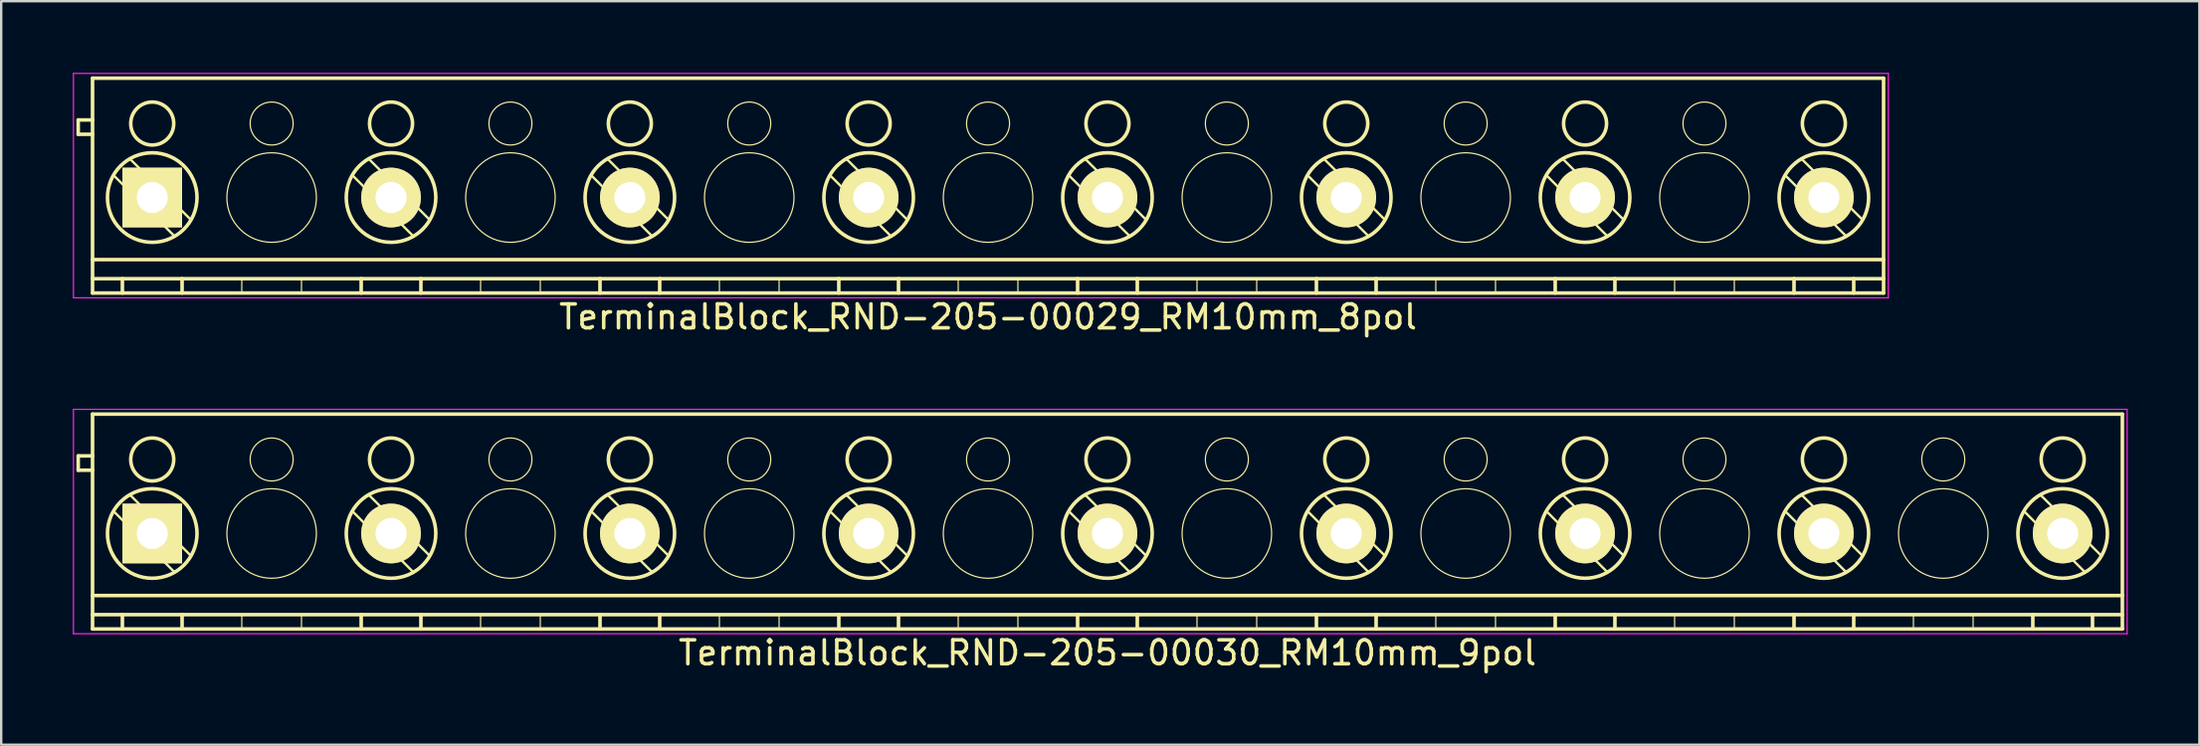
<source format=kicad_pcb>
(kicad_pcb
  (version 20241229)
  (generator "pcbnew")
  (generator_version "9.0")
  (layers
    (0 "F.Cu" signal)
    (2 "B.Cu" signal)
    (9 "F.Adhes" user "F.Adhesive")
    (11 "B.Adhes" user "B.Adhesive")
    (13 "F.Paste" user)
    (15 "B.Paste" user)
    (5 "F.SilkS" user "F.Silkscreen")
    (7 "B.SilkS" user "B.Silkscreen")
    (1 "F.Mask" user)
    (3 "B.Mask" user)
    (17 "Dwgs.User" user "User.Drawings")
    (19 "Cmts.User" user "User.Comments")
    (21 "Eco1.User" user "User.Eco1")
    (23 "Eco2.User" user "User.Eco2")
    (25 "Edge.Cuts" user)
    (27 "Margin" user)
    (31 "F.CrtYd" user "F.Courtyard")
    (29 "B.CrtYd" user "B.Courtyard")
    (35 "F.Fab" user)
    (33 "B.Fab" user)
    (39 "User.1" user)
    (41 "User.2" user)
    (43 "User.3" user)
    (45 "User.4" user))
  (footprint "TerminalBlock_RND-205-00029_RM10mm_8pol"
    (layer "F.Cu")
    (at 3.325 5.225)
    (property "Reference" "TerminalBlock_RND-205-00029_RM10mm_8pol" (at 35 5 0) (layer "F.SilkS") (effects (font (size 1 1) (thickness 0.15))))
    (attr through_hole)
    (fp_line (start -3.1 -3.25) (end -3.1 -2.65) (stroke (width 0.15) (type solid)) (layer "F.SilkS"))
    (fp_line (start -3.1 -2.65) (end -2.5 -2.65) (stroke (width 0.15) (type solid)) (layer "F.SilkS"))
    (fp_line (start -2.5 -5) (end 72.5 -5) (stroke (width 0.15) (type solid)) (layer "F.SilkS"))
    (fp_line (start -2.5 -3.25) (end -3.1 -3.25) (stroke (width 0.15) (type solid)) (layer "F.SilkS"))
    (fp_line (start -2.5 2.6) (end 72.5 2.6) (stroke (width 0.15) (type solid)) (layer "F.SilkS"))
    (fp_line (start -2.5 3.4) (end 72.5 3.4) (stroke (width 0.15) (type solid)) (layer "F.SilkS"))
    (fp_line (start -2.5 4) (end -2.5 -5) (stroke (width 0.15) (type solid)) (layer "F.SilkS"))
    (fp_line (start -1.25 3.4) (end -1.25 4) (stroke (width 0.15) (type solid)) (layer "F.SilkS"))
    (fp_line (start 0.937 1.624) (end -1.624 -0.938) (stroke (width 0.1) (type solid)) (layer "F.SilkS"))
    (fp_line (start 1.25 3.4) (end 1.25 4) (stroke (width 0.15) (type solid)) (layer "F.SilkS"))
    (fp_line (start 1.624 0.938) (end -0.937 -1.624) (stroke (width 0.1) (type solid)) (layer "F.SilkS"))
    (fp_line (start 3.75 3.4) (end 3.75 4) (stroke (width 0.05) (type solid)) (layer "F.SilkS"))
    (fp_line (start 6.25 3.4) (end 6.25 4) (stroke (width 0.05) (type solid)) (layer "F.SilkS"))
    (fp_line (start 8.75 3.4) (end 8.75 4) (stroke (width 0.15) (type solid)) (layer "F.SilkS"))
    (fp_line (start 10.938 1.624) (end 8.376 -0.938) (stroke (width 0.1) (type solid)) (layer "F.SilkS"))
    (fp_line (start 11.25 3.4) (end 11.25 4) (stroke (width 0.15) (type solid)) (layer "F.SilkS"))
    (fp_line (start 11.624 0.938) (end 9.063 -1.624) (stroke (width 0.1) (type solid)) (layer "F.SilkS"))
    (fp_line (start 13.75 3.4) (end 13.75 4) (stroke (width 0.05) (type solid)) (layer "F.SilkS"))
    (fp_line (start 16.25 3.4) (end 16.25 4) (stroke (width 0.05) (type solid)) (layer "F.SilkS"))
    (fp_line (start 18.75 3.4) (end 18.75 4) (stroke (width 0.15) (type solid)) (layer "F.SilkS"))
    (fp_line (start 20.938 1.624) (end 18.376 -0.938) (stroke (width 0.1) (type solid)) (layer "F.SilkS"))
    (fp_line (start 21.25 3.4) (end 21.25 4) (stroke (width 0.15) (type solid)) (layer "F.SilkS"))
    (fp_line (start 21.624 0.938) (end 19.063 -1.624) (stroke (width 0.1) (type solid)) (layer "F.SilkS"))
    (fp_line (start 23.75 3.4) (end 23.75 4) (stroke (width 0.05) (type solid)) (layer "F.SilkS"))
    (fp_line (start 26.25 3.4) (end 26.25 4) (stroke (width 0.05) (type solid)) (layer "F.SilkS"))
    (fp_line (start 28.75 3.4) (end 28.75 4) (stroke (width 0.15) (type solid)) (layer "F.SilkS"))
    (fp_line (start 30.938 1.624) (end 28.376 -0.938) (stroke (width 0.1) (type solid)) (layer "F.SilkS"))
    (fp_line (start 31.25 3.4) (end 31.25 4) (stroke (width 0.15) (type solid)) (layer "F.SilkS"))
    (fp_line (start 31.624 0.938) (end 29.063 -1.624) (stroke (width 0.1) (type solid)) (layer "F.SilkS"))
    (fp_line (start 33.75 3.4) (end 33.75 4) (stroke (width 0.05) (type solid)) (layer "F.SilkS"))
    (fp_line (start 36.25 3.4) (end 36.25 4) (stroke (width 0.05) (type solid)) (layer "F.SilkS"))
    (fp_line (start 38.75 3.4) (end 38.75 4) (stroke (width 0.15) (type solid)) (layer "F.SilkS"))
    (fp_line (start 40.938 1.624) (end 38.376 -0.938) (stroke (width 0.1) (type solid)) (layer "F.SilkS"))
    (fp_line (start 41.25 3.4) (end 41.25 4) (stroke (width 0.15) (type solid)) (layer "F.SilkS"))
    (fp_line (start 41.624 0.938) (end 39.063 -1.624) (stroke (width 0.1) (type solid)) (layer "F.SilkS"))
    (fp_line (start 43.75 3.4) (end 43.75 4) (stroke (width 0.05) (type solid)) (layer "F.SilkS"))
    (fp_line (start 46.25 3.4) (end 46.25 4) (stroke (width 0.05) (type solid)) (layer "F.SilkS"))
    (fp_line (start 48.75 3.4) (end 48.75 4) (stroke (width 0.15) (type solid)) (layer "F.SilkS"))
    (fp_line (start 50.938 1.624) (end 48.376 -0.938) (stroke (width 0.1) (type solid)) (layer "F.SilkS"))
    (fp_line (start 51.25 3.4) (end 51.25 4) (stroke (width 0.15) (type solid)) (layer "F.SilkS"))
    (fp_line (start 51.624 0.938) (end 49.063 -1.624) (stroke (width 0.1) (type solid)) (layer "F.SilkS"))
    (fp_line (start 53.75 3.4) (end 53.75 4) (stroke (width 0.05) (type solid)) (layer "F.SilkS"))
    (fp_line (start 56.25 3.4) (end 56.25 4) (stroke (width 0.05) (type solid)) (layer "F.SilkS"))
    (fp_line (start 58.75 3.4) (end 58.75 4) (stroke (width 0.15) (type solid)) (layer "F.SilkS"))
    (fp_line (start 60.938 1.624) (end 58.376 -0.938) (stroke (width 0.1) (type solid)) (layer "F.SilkS"))
    (fp_line (start 61.25 3.4) (end 61.25 4) (stroke (width 0.15) (type solid)) (layer "F.SilkS"))
    (fp_line (start 61.624 0.938) (end 59.063 -1.624) (stroke (width 0.1) (type solid)) (layer "F.SilkS"))
    (fp_line (start 63.75 3.4) (end 63.75 4) (stroke (width 0.05) (type solid)) (layer "F.SilkS"))
    (fp_line (start 66.25 3.4) (end 66.25 4) (stroke (width 0.05) (type solid)) (layer "F.SilkS"))
    (fp_line (start 68.75 3.4) (end 68.75 4) (stroke (width 0.15) (type solid)) (layer "F.SilkS"))
    (fp_line (start 70.938 1.624) (end 68.376 -0.938) (stroke (width 0.1) (type solid)) (layer "F.SilkS"))
    (fp_line (start 71.25 3.4) (end 71.25 4) (stroke (width 0.15) (type solid)) (layer "F.SilkS"))
    (fp_line (start 71.624 0.938) (end 69.063 -1.624) (stroke (width 0.1) (type solid)) (layer "F.SilkS"))
    (fp_line (start 72.5 -5) (end 72.5 4) (stroke (width 0.15) (type solid)) (layer "F.SilkS"))
    (fp_line (start 72.5 4) (end -2.5 4) (stroke (width 0.15) (type solid)) (layer "F.SilkS"))
    (fp_circle (center 0 -3.1) (end -0.9 -3.1) (stroke (width 0.15) (type solid)) (fill no) (layer "F.SilkS"))
    (fp_circle (center 0 0) (end -1.875 0) (stroke (width 0.15) (type solid)) (fill no) (layer "F.SilkS"))
    (fp_circle (center 5 -3.1) (end 4.1 -3.1) (stroke (width 0.05) (type solid)) (fill no) (layer "F.SilkS"))
    (fp_circle (center 5 0) (end 3.125 0) (stroke (width 0.05) (type solid)) (fill no) (layer "F.SilkS"))
    (fp_circle (center 10 -3.1) (end 9.1 -3.1) (stroke (width 0.15) (type solid)) (fill no) (layer "F.SilkS"))
    (fp_circle (center 10 0) (end 8.125 0) (stroke (width 0.15) (type solid)) (fill no) (layer "F.SilkS"))
    (fp_circle (center 15 -3.1) (end 14.1 -3.1) (stroke (width 0.05) (type solid)) (fill no) (layer "F.SilkS"))
    (fp_circle (center 15 0) (end 13.125 0) (stroke (width 0.05) (type solid)) (fill no) (layer "F.SilkS"))
    (fp_circle (center 20 -3.1) (end 19.1 -3.1) (stroke (width 0.15) (type solid)) (fill no) (layer "F.SilkS"))
    (fp_circle (center 20 0) (end 18.125 0) (stroke (width 0.15) (type solid)) (fill no) (layer "F.SilkS"))
    (fp_circle (center 25 -3.1) (end 24.1 -3.1) (stroke (width 0.05) (type solid)) (fill no) (layer "F.SilkS"))
    (fp_circle (center 25 0) (end 23.125 0) (stroke (width 0.05) (type solid)) (fill no) (layer "F.SilkS"))
    (fp_circle (center 30 -3.1) (end 29.1 -3.1) (stroke (width 0.15) (type solid)) (fill no) (layer "F.SilkS"))
    (fp_circle (center 30 0) (end 28.125 0) (stroke (width 0.15) (type solid)) (fill no) (layer "F.SilkS"))
    (fp_circle (center 35 -3.1) (end 34.1 -3.1) (stroke (width 0.05) (type solid)) (fill no) (layer "F.SilkS"))
    (fp_circle (center 35 0) (end 33.125 0) (stroke (width 0.05) (type solid)) (fill no) (layer "F.SilkS"))
    (fp_circle (center 40 -3.1) (end 39.1 -3.1) (stroke (width 0.15) (type solid)) (fill no) (layer "F.SilkS"))
    (fp_circle (center 40 0) (end 38.125 0) (stroke (width 0.15) (type solid)) (fill no) (layer "F.SilkS"))
    (fp_circle (center 45 -3.1) (end 44.1 -3.1) (stroke (width 0.05) (type solid)) (fill no) (layer "F.SilkS"))
    (fp_circle (center 45 0) (end 43.125 0) (stroke (width 0.05) (type solid)) (fill no) (layer "F.SilkS"))
    (fp_circle (center 50 -3.1) (end 49.1 -3.1) (stroke (width 0.15) (type solid)) (fill no) (layer "F.SilkS"))
    (fp_circle (center 50 0) (end 48.125 0) (stroke (width 0.15) (type solid)) (fill no) (layer "F.SilkS"))
    (fp_circle (center 55 -3.1) (end 54.1 -3.1) (stroke (width 0.05) (type solid)) (fill no) (layer "F.SilkS"))
    (fp_circle (center 55 0) (end 53.125 0) (stroke (width 0.05) (type solid)) (fill no) (layer "F.SilkS"))
    (fp_circle (center 60 -3.1) (end 59.1 -3.1) (stroke (width 0.15) (type solid)) (fill no) (layer "F.SilkS"))
    (fp_circle (center 60 0) (end 58.125 0) (stroke (width 0.15) (type solid)) (fill no) (layer "F.SilkS"))
    (fp_circle (center 65 -3.1) (end 64.1 -3.1) (stroke (width 0.05) (type solid)) (fill no) (layer "F.SilkS"))
    (fp_circle (center 65 0) (end 63.125 0) (stroke (width 0.05) (type solid)) (fill no) (layer "F.SilkS"))
    (fp_circle (center 70 -3.1) (end 69.1 -3.1) (stroke (width 0.15) (type solid)) (fill no) (layer "F.SilkS"))
    (fp_circle (center 70 0) (end 68.125 0) (stroke (width 0.15) (type solid)) (fill no) (layer "F.SilkS"))
    (fp_line (start -3.3 -5.2) (end 72.7 -5.2) (stroke (width 0.05) (type solid)) (layer "F.CrtYd"))
    (fp_line (start -3.3 4.2) (end -3.3 -5.2) (stroke (width 0.05) (type solid)) (layer "F.CrtYd"))
    (fp_line (start 72.7 -5.2) (end 72.7 4.2) (stroke (width 0.05) (type solid)) (layer "F.CrtYd"))
    (fp_line (start 72.7 4.2) (end -3.3 4.2) (stroke (width 0.05) (type solid)) (layer "F.CrtYd"))
    (pad "1" thru_hole rect (at 0 0) (size 2.5 2.5) (drill 1.3) (layers "*.Cu" "*.Mask" "F.SilkS"))
    (pad "2" thru_hole circle (at 10 0) (size 2.5 2.5) (drill 1.3) (layers "*.Cu" "*.Mask" "F.SilkS"))
    (pad "3" thru_hole circle (at 20 0) (size 2.5 2.5) (drill 1.3) (layers "*.Cu" "*.Mask" "F.SilkS"))
    (pad "4" thru_hole circle (at 30 0) (size 2.5 2.5) (drill 1.3) (layers "*.Cu" "*.Mask" "F.SilkS"))
    (pad "5" thru_hole circle (at 40 0) (size 2.5 2.5) (drill 1.3) (layers "*.Cu" "*.Mask" "F.SilkS"))
    (pad "6" thru_hole circle (at 50 0) (size 2.5 2.5) (drill 1.3) (layers "*.Cu" "*.Mask" "F.SilkS"))
    (pad "7" thru_hole circle (at 60 0) (size 2.5 2.5) (drill 1.3) (layers "*.Cu" "*.Mask" "F.SilkS"))
    (pad "8" thru_hole circle (at 70 0) (size 2.5 2.5) (drill 1.3) (layers "*.Cu" "*.Mask" "F.SilkS")))
  (footprint "TerminalBlock_RND-205-00030_RM10mm_9pol"
    (layer "F.Cu")
    (at 3.325 19.298)
    (property "Reference" "TerminalBlock_RND-205-00030_RM10mm_9pol" (at 40 5 0) (layer "F.SilkS") (effects (font (size 1 1) (thickness 0.15))))
    (attr through_hole)
    (fp_line (start -3.1 -3.25) (end -3.1 -2.65) (stroke (width 0.15) (type solid)) (layer "F.SilkS"))
    (fp_line (start -3.1 -2.65) (end -2.5 -2.65) (stroke (width 0.15) (type solid)) (layer "F.SilkS"))
    (fp_line (start -2.5 -5) (end 82.5 -5) (stroke (width 0.15) (type solid)) (layer "F.SilkS"))
    (fp_line (start -2.5 -3.25) (end -3.1 -3.25) (stroke (width 0.15) (type solid)) (layer "F.SilkS"))
    (fp_line (start -2.5 2.6) (end 82.5 2.6) (stroke (width 0.15) (type solid)) (layer "F.SilkS"))
    (fp_line (start -2.5 3.4) (end 82.5 3.4) (stroke (width 0.15) (type solid)) (layer "F.SilkS"))
    (fp_line (start -2.5 4) (end -2.5 -5) (stroke (width 0.15) (type solid)) (layer "F.SilkS"))
    (fp_line (start -1.25 3.4) (end -1.25 4) (stroke (width 0.15) (type solid)) (layer "F.SilkS"))
    (fp_line (start 0.937 1.624) (end -1.624 -0.938) (stroke (width 0.1) (type solid)) (layer "F.SilkS"))
    (fp_line (start 1.25 3.4) (end 1.25 4) (stroke (width 0.15) (type solid)) (layer "F.SilkS"))
    (fp_line (start 1.624 0.938) (end -0.937 -1.624) (stroke (width 0.1) (type solid)) (layer "F.SilkS"))
    (fp_line (start 3.75 3.4) (end 3.75 4) (stroke (width 0.05) (type solid)) (layer "F.SilkS"))
    (fp_line (start 6.25 3.4) (end 6.25 4) (stroke (width 0.05) (type solid)) (layer "F.SilkS"))
    (fp_line (start 8.75 3.4) (end 8.75 4) (stroke (width 0.15) (type solid)) (layer "F.SilkS"))
    (fp_line (start 10.938 1.624) (end 8.376 -0.938) (stroke (width 0.1) (type solid)) (layer "F.SilkS"))
    (fp_line (start 11.25 3.4) (end 11.25 4) (stroke (width 0.15) (type solid)) (layer "F.SilkS"))
    (fp_line (start 11.624 0.938) (end 9.063 -1.624) (stroke (width 0.1) (type solid)) (layer "F.SilkS"))
    (fp_line (start 13.75 3.4) (end 13.75 4) (stroke (width 0.05) (type solid)) (layer "F.SilkS"))
    (fp_line (start 16.25 3.4) (end 16.25 4) (stroke (width 0.05) (type solid)) (layer "F.SilkS"))
    (fp_line (start 18.75 3.4) (end 18.75 4) (stroke (width 0.15) (type solid)) (layer "F.SilkS"))
    (fp_line (start 20.938 1.624) (end 18.376 -0.938) (stroke (width 0.1) (type solid)) (layer "F.SilkS"))
    (fp_line (start 21.25 3.4) (end 21.25 4) (stroke (width 0.15) (type solid)) (layer "F.SilkS"))
    (fp_line (start 21.624 0.938) (end 19.063 -1.624) (stroke (width 0.1) (type solid)) (layer "F.SilkS"))
    (fp_line (start 23.75 3.4) (end 23.75 4) (stroke (width 0.05) (type solid)) (layer "F.SilkS"))
    (fp_line (start 26.25 3.4) (end 26.25 4) (stroke (width 0.05) (type solid)) (layer "F.SilkS"))
    (fp_line (start 28.75 3.4) (end 28.75 4) (stroke (width 0.15) (type solid)) (layer "F.SilkS"))
    (fp_line (start 30.938 1.624) (end 28.376 -0.938) (stroke (width 0.1) (type solid)) (layer "F.SilkS"))
    (fp_line (start 31.25 3.4) (end 31.25 4) (stroke (width 0.15) (type solid)) (layer "F.SilkS"))
    (fp_line (start 31.624 0.938) (end 29.063 -1.624) (stroke (width 0.1) (type solid)) (layer "F.SilkS"))
    (fp_line (start 33.75 3.4) (end 33.75 4) (stroke (width 0.05) (type solid)) (layer "F.SilkS"))
    (fp_line (start 36.25 3.4) (end 36.25 4) (stroke (width 0.05) (type solid)) (layer "F.SilkS"))
    (fp_line (start 38.75 3.4) (end 38.75 4) (stroke (width 0.15) (type solid)) (layer "F.SilkS"))
    (fp_line (start 40.938 1.624) (end 38.376 -0.938) (stroke (width 0.1) (type solid)) (layer "F.SilkS"))
    (fp_line (start 41.25 3.4) (end 41.25 4) (stroke (width 0.15) (type solid)) (layer "F.SilkS"))
    (fp_line (start 41.624 0.938) (end 39.063 -1.624) (stroke (width 0.1) (type solid)) (layer "F.SilkS"))
    (fp_line (start 43.75 3.4) (end 43.75 4) (stroke (width 0.05) (type solid)) (layer "F.SilkS"))
    (fp_line (start 46.25 3.4) (end 46.25 4) (stroke (width 0.05) (type solid)) (layer "F.SilkS"))
    (fp_line (start 48.75 3.4) (end 48.75 4) (stroke (width 0.15) (type solid)) (layer "F.SilkS"))
    (fp_line (start 50.938 1.624) (end 48.376 -0.938) (stroke (width 0.1) (type solid)) (layer "F.SilkS"))
    (fp_line (start 51.25 3.4) (end 51.25 4) (stroke (width 0.15) (type solid)) (layer "F.SilkS"))
    (fp_line (start 51.624 0.938) (end 49.063 -1.624) (stroke (width 0.1) (type solid)) (layer "F.SilkS"))
    (fp_line (start 53.75 3.4) (end 53.75 4) (stroke (width 0.05) (type solid)) (layer "F.SilkS"))
    (fp_line (start 56.25 3.4) (end 56.25 4) (stroke (width 0.05) (type solid)) (layer "F.SilkS"))
    (fp_line (start 58.75 3.4) (end 58.75 4) (stroke (width 0.15) (type solid)) (layer "F.SilkS"))
    (fp_line (start 60.938 1.624) (end 58.376 -0.938) (stroke (width 0.1) (type solid)) (layer "F.SilkS"))
    (fp_line (start 61.25 3.4) (end 61.25 4) (stroke (width 0.15) (type solid)) (layer "F.SilkS"))
    (fp_line (start 61.624 0.938) (end 59.063 -1.624) (stroke (width 0.1) (type solid)) (layer "F.SilkS"))
    (fp_line (start 63.75 3.4) (end 63.75 4) (stroke (width 0.05) (type solid)) (layer "F.SilkS"))
    (fp_line (start 66.25 3.4) (end 66.25 4) (stroke (width 0.05) (type solid)) (layer "F.SilkS"))
    (fp_line (start 68.75 3.4) (end 68.75 4) (stroke (width 0.15) (type solid)) (layer "F.SilkS"))
    (fp_line (start 70.938 1.624) (end 68.376 -0.938) (stroke (width 0.1) (type solid)) (layer "F.SilkS"))
    (fp_line (start 71.25 3.4) (end 71.25 4) (stroke (width 0.15) (type solid)) (layer "F.SilkS"))
    (fp_line (start 71.624 0.938) (end 69.063 -1.624) (stroke (width 0.1) (type solid)) (layer "F.SilkS"))
    (fp_line (start 73.75 3.4) (end 73.75 4) (stroke (width 0.05) (type solid)) (layer "F.SilkS"))
    (fp_line (start 76.25 3.4) (end 76.25 4) (stroke (width 0.05) (type solid)) (layer "F.SilkS"))
    (fp_line (start 78.75 3.4) (end 78.75 4) (stroke (width 0.15) (type solid)) (layer "F.SilkS"))
    (fp_line (start 80.938 1.624) (end 78.376 -0.938) (stroke (width 0.1) (type solid)) (layer "F.SilkS"))
    (fp_line (start 81.25 3.4) (end 81.25 4) (stroke (width 0.15) (type solid)) (layer "F.SilkS"))
    (fp_line (start 81.624 0.938) (end 79.063 -1.624) (stroke (width 0.1) (type solid)) (layer "F.SilkS"))
    (fp_line (start 82.5 -5) (end 82.5 4) (stroke (width 0.15) (type solid)) (layer "F.SilkS"))
    (fp_line (start 82.5 4) (end -2.5 4) (stroke (width 0.15) (type solid)) (layer "F.SilkS"))
    (fp_circle (center 0 -3.1) (end -0.9 -3.1) (stroke (width 0.15) (type solid)) (fill no) (layer "F.SilkS"))
    (fp_circle (center 0 0) (end -1.875 0) (stroke (width 0.15) (type solid)) (fill no) (layer "F.SilkS"))
    (fp_circle (center 5 -3.1) (end 4.1 -3.1) (stroke (width 0.05) (type solid)) (fill no) (layer "F.SilkS"))
    (fp_circle (center 5 0) (end 3.125 0) (stroke (width 0.05) (type solid)) (fill no) (layer "F.SilkS"))
    (fp_circle (center 10 -3.1) (end 9.1 -3.1) (stroke (width 0.15) (type solid)) (fill no) (layer "F.SilkS"))
    (fp_circle (center 10 0) (end 8.125 0) (stroke (width 0.15) (type solid)) (fill no) (layer "F.SilkS"))
    (fp_circle (center 15 -3.1) (end 14.1 -3.1) (stroke (width 0.05) (type solid)) (fill no) (layer "F.SilkS"))
    (fp_circle (center 15 0) (end 13.125 0) (stroke (width 0.05) (type solid)) (fill no) (layer "F.SilkS"))
    (fp_circle (center 20 -3.1) (end 19.1 -3.1) (stroke (width 0.15) (type solid)) (fill no) (layer "F.SilkS"))
    (fp_circle (center 20 0) (end 18.125 0) (stroke (width 0.15) (type solid)) (fill no) (layer "F.SilkS"))
    (fp_circle (center 25 -3.1) (end 24.1 -3.1) (stroke (width 0.05) (type solid)) (fill no) (layer "F.SilkS"))
    (fp_circle (center 25 0) (end 23.125 0) (stroke (width 0.05) (type solid)) (fill no) (layer "F.SilkS"))
    (fp_circle (center 30 -3.1) (end 29.1 -3.1) (stroke (width 0.15) (type solid)) (fill no) (layer "F.SilkS"))
    (fp_circle (center 30 0) (end 28.125 0) (stroke (width 0.15) (type solid)) (fill no) (layer "F.SilkS"))
    (fp_circle (center 35 -3.1) (end 34.1 -3.1) (stroke (width 0.05) (type solid)) (fill no) (layer "F.SilkS"))
    (fp_circle (center 35 0) (end 33.125 0) (stroke (width 0.05) (type solid)) (fill no) (layer "F.SilkS"))
    (fp_circle (center 40 -3.1) (end 39.1 -3.1) (stroke (width 0.15) (type solid)) (fill no) (layer "F.SilkS"))
    (fp_circle (center 40 0) (end 38.125 0) (stroke (width 0.15) (type solid)) (fill no) (layer "F.SilkS"))
    (fp_circle (center 45 -3.1) (end 44.1 -3.1) (stroke (width 0.05) (type solid)) (fill no) (layer "F.SilkS"))
    (fp_circle (center 45 0) (end 43.125 0) (stroke (width 0.05) (type solid)) (fill no) (layer "F.SilkS"))
    (fp_circle (center 50 -3.1) (end 49.1 -3.1) (stroke (width 0.15) (type solid)) (fill no) (layer "F.SilkS"))
    (fp_circle (center 50 0) (end 48.125 0) (stroke (width 0.15) (type solid)) (fill no) (layer "F.SilkS"))
    (fp_circle (center 55 -3.1) (end 54.1 -3.1) (stroke (width 0.05) (type solid)) (fill no) (layer "F.SilkS"))
    (fp_circle (center 55 0) (end 53.125 0) (stroke (width 0.05) (type solid)) (fill no) (layer "F.SilkS"))
    (fp_circle (center 60 -3.1) (end 59.1 -3.1) (stroke (width 0.15) (type solid)) (fill no) (layer "F.SilkS"))
    (fp_circle (center 60 0) (end 58.125 0) (stroke (width 0.15) (type solid)) (fill no) (layer "F.SilkS"))
    (fp_circle (center 65 -3.1) (end 64.1 -3.1) (stroke (width 0.05) (type solid)) (fill no) (layer "F.SilkS"))
    (fp_circle (center 65 0) (end 63.125 0) (stroke (width 0.05) (type solid)) (fill no) (layer "F.SilkS"))
    (fp_circle (center 70 -3.1) (end 69.1 -3.1) (stroke (width 0.15) (type solid)) (fill no) (layer "F.SilkS"))
    (fp_circle (center 70 0) (end 68.125 0) (stroke (width 0.15) (type solid)) (fill no) (layer "F.SilkS"))
    (fp_circle (center 75 -3.1) (end 74.1 -3.1) (stroke (width 0.05) (type solid)) (fill no) (layer "F.SilkS"))
    (fp_circle (center 75 0) (end 73.125 0) (stroke (width 0.05) (type solid)) (fill no) (layer "F.SilkS"))
    (fp_circle (center 80 -3.1) (end 79.1 -3.1) (stroke (width 0.15) (type solid)) (fill no) (layer "F.SilkS"))
    (fp_circle (center 80 0) (end 78.125 0) (stroke (width 0.15) (type solid)) (fill no) (layer "F.SilkS"))
    (fp_line (start -3.3 -5.2) (end 82.7 -5.2) (stroke (width 0.05) (type solid)) (layer "F.CrtYd"))
    (fp_line (start -3.3 4.2) (end -3.3 -5.2) (stroke (width 0.05) (type solid)) (layer "F.CrtYd"))
    (fp_line (start 82.7 -5.2) (end 82.7 4.2) (stroke (width 0.05) (type solid)) (layer "F.CrtYd"))
    (fp_line (start 82.7 4.2) (end -3.3 4.2) (stroke (width 0.05) (type solid)) (layer "F.CrtYd"))
    (pad "1" thru_hole rect (at 0 0) (size 2.5 2.5) (drill 1.3) (layers "*.Cu" "*.Mask" "F.SilkS"))
    (pad "2" thru_hole circle (at 10 0) (size 2.5 2.5) (drill 1.3) (layers "*.Cu" "*.Mask" "F.SilkS"))
    (pad "3" thru_hole circle (at 20 0) (size 2.5 2.5) (drill 1.3) (layers "*.Cu" "*.Mask" "F.SilkS"))
    (pad "4" thru_hole circle (at 30 0) (size 2.5 2.5) (drill 1.3) (layers "*.Cu" "*.Mask" "F.SilkS"))
    (pad "5" thru_hole circle (at 40 0) (size 2.5 2.5) (drill 1.3) (layers "*.Cu" "*.Mask" "F.SilkS"))
    (pad "6" thru_hole circle (at 50 0) (size 2.5 2.5) (drill 1.3) (layers "*.Cu" "*.Mask" "F.SilkS"))
    (pad "7" thru_hole circle (at 60 0) (size 2.5 2.5) (drill 1.3) (layers "*.Cu" "*.Mask" "F.SilkS"))
    (pad "8" thru_hole circle (at 70 0) (size 2.5 2.5) (drill 1.3) (layers "*.Cu" "*.Mask" "F.SilkS"))
    (pad "9" thru_hole circle (at 80 0) (size 2.5 2.5) (drill 1.3) (layers "*.Cu" "*.Mask" "F.SilkS")))
  (gr_rect
    (start -3 -3)
    (end 89.05 28.146)
    (stroke (width 0.1) (type default))
    (fill no)
    (layer "Edge.Cuts")))
</source>
